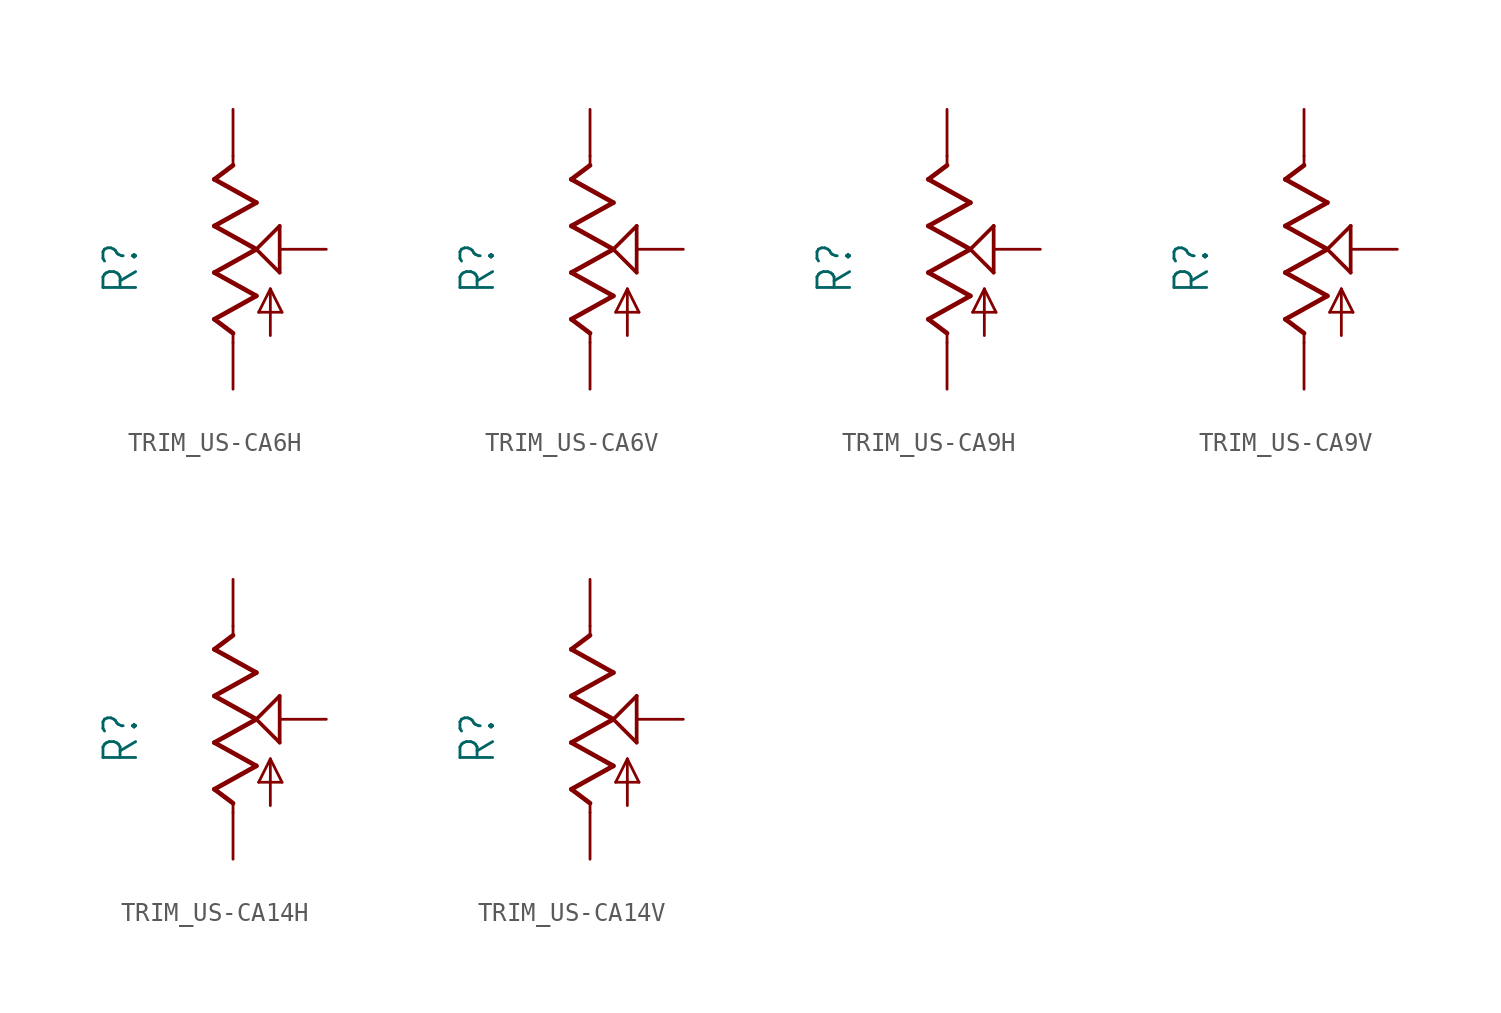
<source format=kicad_sym>
(kicad_symbol_lib
  (version 20231120)
  (generator "kicad_symbol_editor")
  (generator_version "8.0")
  (symbol "TRIM_US-CA6H"
    (property "Reference" "R"
      (at -5.08 -2.54 90)
      (effects (font (size 1.778 1.511)) (justify left bottom)))
    (property "Value" ""
      (at -2.54 -2.54 90)
      (effects (font (size 1.778 1.511)) (justify left bottom)))
    (property "ki_locked" ""
      (at 0 0 0)
      (effects (font (size 1.27 1.27))))
    (symbol "TRIM_US-CA6H_1_0"
      (polyline (pts (xy -1.016 -3.81) (xy 1.27 -2.54)) (stroke (width 0.254) (type solid)) (fill (type none)))
      (polyline (pts (xy -1.016 -1.27) (xy 1.27 0)) (stroke (width 0.254) (type solid)) (fill (type none)))
      (polyline (pts (xy -1.016 1.27) (xy 1.27 2.54)) (stroke (width 0.254) (type solid)) (fill (type none)))
      (polyline (pts (xy -1.016 3.81) (xy 0 4.572)) (stroke (width 0.254) (type solid)) (fill (type none)))
      (polyline (pts (xy 0 -5.08) (xy 0 -4.572)) (stroke (width 0.152) (type solid)) (fill (type none)))
      (polyline (pts (xy 0 -4.572) (xy -1.016 -3.81)) (stroke (width 0.254) (type solid)) (fill (type none)))
      (polyline (pts (xy 0 4.572) (xy 0 5.08)) (stroke (width 0.152) (type solid)) (fill (type none)))
      (polyline (pts (xy 1.27 -2.54) (xy -1.016 -1.27)) (stroke (width 0.254) (type solid)) (fill (type none)))
      (polyline (pts (xy 1.27 0) (xy -1.016 1.27)) (stroke (width 0.254) (type solid)) (fill (type none)))
      (polyline (pts (xy 1.27 0) (xy 2.54 1.27)) (stroke (width 0.203) (type solid)) (fill (type none)))
      (polyline (pts (xy 1.27 2.54) (xy -1.016 3.81)) (stroke (width 0.254) (type solid)) (fill (type none)))
      (polyline (pts (xy 1.397 -3.429) (xy 2.032 -2.159)) (stroke (width 0.152) (type solid)) (fill (type none)))
      (polyline (pts (xy 2.032 -4.699) (xy 2.032 -2.159)) (stroke (width 0.152) (type solid)) (fill (type none)))
      (polyline (pts (xy 2.032 -2.159) (xy 2.667 -3.429)) (stroke (width 0.152) (type solid)) (fill (type none)))
      (polyline (pts (xy 2.54 -1.27) (xy 1.27 0)) (stroke (width 0.203) (type solid)) (fill (type none)))
      (polyline (pts (xy 2.54 1.27) (xy 2.54 -1.27)) (stroke (width 0.203) (type solid)) (fill (type none)))
      (polyline (pts (xy 2.667 -3.429) (xy 1.397 -3.429)) (stroke (width 0.152) (type solid)) (fill (type none)))
      (pin passive line (at 0 -7.62 90) (length 2.54) (name "A" (effects (font (size 0 0)))) (number "A" (effects (font (size 0 0)))))
      (pin passive line (at 0 7.62 270) (length 2.54) (name "E" (effects (font (size 0 0)))) (number "E" (effects (font (size 0 0)))))
      (pin passive line (at 5.08 0 180) (length 2.54) (name "S" (effects (font (size 0 0)))) (number "S" (effects (font (size 0 0)))))))
  (symbol "TRIM_US-CA6V"
    (property "Reference" "R"
      (at -5.08 -2.54 90)
      (effects (font (size 1.778 1.511)) (justify left bottom)))
    (property "Value" ""
      (at -2.54 -2.54 90)
      (effects (font (size 1.778 1.511)) (justify left bottom)))
    (property "ki_locked" ""
      (at 0 0 0)
      (effects (font (size 1.27 1.27))))
    (symbol "TRIM_US-CA6V_1_0"
      (polyline (pts (xy -1.016 -3.81) (xy 1.27 -2.54)) (stroke (width 0.254) (type solid)) (fill (type none)))
      (polyline (pts (xy -1.016 -1.27) (xy 1.27 0)) (stroke (width 0.254) (type solid)) (fill (type none)))
      (polyline (pts (xy -1.016 1.27) (xy 1.27 2.54)) (stroke (width 0.254) (type solid)) (fill (type none)))
      (polyline (pts (xy -1.016 3.81) (xy 0 4.572)) (stroke (width 0.254) (type solid)) (fill (type none)))
      (polyline (pts (xy 0 -5.08) (xy 0 -4.572)) (stroke (width 0.152) (type solid)) (fill (type none)))
      (polyline (pts (xy 0 -4.572) (xy -1.016 -3.81)) (stroke (width 0.254) (type solid)) (fill (type none)))
      (polyline (pts (xy 0 4.572) (xy 0 5.08)) (stroke (width 0.152) (type solid)) (fill (type none)))
      (polyline (pts (xy 1.27 -2.54) (xy -1.016 -1.27)) (stroke (width 0.254) (type solid)) (fill (type none)))
      (polyline (pts (xy 1.27 0) (xy -1.016 1.27)) (stroke (width 0.254) (type solid)) (fill (type none)))
      (polyline (pts (xy 1.27 0) (xy 2.54 1.27)) (stroke (width 0.203) (type solid)) (fill (type none)))
      (polyline (pts (xy 1.27 2.54) (xy -1.016 3.81)) (stroke (width 0.254) (type solid)) (fill (type none)))
      (polyline (pts (xy 1.397 -3.429) (xy 2.032 -2.159)) (stroke (width 0.152) (type solid)) (fill (type none)))
      (polyline (pts (xy 2.032 -4.699) (xy 2.032 -2.159)) (stroke (width 0.152) (type solid)) (fill (type none)))
      (polyline (pts (xy 2.032 -2.159) (xy 2.667 -3.429)) (stroke (width 0.152) (type solid)) (fill (type none)))
      (polyline (pts (xy 2.54 -1.27) (xy 1.27 0)) (stroke (width 0.203) (type solid)) (fill (type none)))
      (polyline (pts (xy 2.54 1.27) (xy 2.54 -1.27)) (stroke (width 0.203) (type solid)) (fill (type none)))
      (polyline (pts (xy 2.667 -3.429) (xy 1.397 -3.429)) (stroke (width 0.152) (type solid)) (fill (type none)))
      (pin passive line (at 0 -7.62 90) (length 2.54) (name "A" (effects (font (size 0 0)))) (number "A" (effects (font (size 0 0)))))
      (pin passive line (at 0 7.62 270) (length 2.54) (name "E" (effects (font (size 0 0)))) (number "E" (effects (font (size 0 0)))))
      (pin passive line (at 5.08 0 180) (length 2.54) (name "S" (effects (font (size 0 0)))) (number "S" (effects (font (size 0 0)))))))
  (symbol "TRIM_US-CA9H"
    (property "Reference" "R"
      (at -5.08 -2.54 90)
      (effects (font (size 1.778 1.511)) (justify left bottom)))
    (property "Value" ""
      (at -2.54 -2.54 90)
      (effects (font (size 1.778 1.511)) (justify left bottom)))
    (property "ki_locked" ""
      (at 0 0 0)
      (effects (font (size 1.27 1.27))))
    (symbol "TRIM_US-CA9H_1_0"
      (polyline (pts (xy -1.016 -3.81) (xy 1.27 -2.54)) (stroke (width 0.254) (type solid)) (fill (type none)))
      (polyline (pts (xy -1.016 -1.27) (xy 1.27 0)) (stroke (width 0.254) (type solid)) (fill (type none)))
      (polyline (pts (xy -1.016 1.27) (xy 1.27 2.54)) (stroke (width 0.254) (type solid)) (fill (type none)))
      (polyline (pts (xy -1.016 3.81) (xy 0 4.572)) (stroke (width 0.254) (type solid)) (fill (type none)))
      (polyline (pts (xy 0 -5.08) (xy 0 -4.572)) (stroke (width 0.152) (type solid)) (fill (type none)))
      (polyline (pts (xy 0 -4.572) (xy -1.016 -3.81)) (stroke (width 0.254) (type solid)) (fill (type none)))
      (polyline (pts (xy 0 4.572) (xy 0 5.08)) (stroke (width 0.152) (type solid)) (fill (type none)))
      (polyline (pts (xy 1.27 -2.54) (xy -1.016 -1.27)) (stroke (width 0.254) (type solid)) (fill (type none)))
      (polyline (pts (xy 1.27 0) (xy -1.016 1.27)) (stroke (width 0.254) (type solid)) (fill (type none)))
      (polyline (pts (xy 1.27 0) (xy 2.54 1.27)) (stroke (width 0.203) (type solid)) (fill (type none)))
      (polyline (pts (xy 1.27 2.54) (xy -1.016 3.81)) (stroke (width 0.254) (type solid)) (fill (type none)))
      (polyline (pts (xy 1.397 -3.429) (xy 2.032 -2.159)) (stroke (width 0.152) (type solid)) (fill (type none)))
      (polyline (pts (xy 2.032 -4.699) (xy 2.032 -2.159)) (stroke (width 0.152) (type solid)) (fill (type none)))
      (polyline (pts (xy 2.032 -2.159) (xy 2.667 -3.429)) (stroke (width 0.152) (type solid)) (fill (type none)))
      (polyline (pts (xy 2.54 -1.27) (xy 1.27 0)) (stroke (width 0.203) (type solid)) (fill (type none)))
      (polyline (pts (xy 2.54 1.27) (xy 2.54 -1.27)) (stroke (width 0.203) (type solid)) (fill (type none)))
      (polyline (pts (xy 2.667 -3.429) (xy 1.397 -3.429)) (stroke (width 0.152) (type solid)) (fill (type none)))
      (pin passive line (at 0 -7.62 90) (length 2.54) (name "A" (effects (font (size 0 0)))) (number "A" (effects (font (size 0 0)))))
      (pin passive line (at 0 7.62 270) (length 2.54) (name "E" (effects (font (size 0 0)))) (number "E" (effects (font (size 0 0)))))
      (pin passive line (at 5.08 0 180) (length 2.54) (name "S" (effects (font (size 0 0)))) (number "S" (effects (font (size 0 0)))))))
  (symbol "TRIM_US-CA9V"
    (property "Reference" "R"
      (at -5.08 -2.54 90)
      (effects (font (size 1.778 1.511)) (justify left bottom)))
    (property "Value" ""
      (at -2.54 -2.54 90)
      (effects (font (size 1.778 1.511)) (justify left bottom)))
    (property "ki_locked" ""
      (at 0 0 0)
      (effects (font (size 1.27 1.27))))
    (symbol "TRIM_US-CA9V_1_0"
      (polyline (pts (xy -1.016 -3.81) (xy 1.27 -2.54)) (stroke (width 0.254) (type solid)) (fill (type none)))
      (polyline (pts (xy -1.016 -1.27) (xy 1.27 0)) (stroke (width 0.254) (type solid)) (fill (type none)))
      (polyline (pts (xy -1.016 1.27) (xy 1.27 2.54)) (stroke (width 0.254) (type solid)) (fill (type none)))
      (polyline (pts (xy -1.016 3.81) (xy 0 4.572)) (stroke (width 0.254) (type solid)) (fill (type none)))
      (polyline (pts (xy 0 -5.08) (xy 0 -4.572)) (stroke (width 0.152) (type solid)) (fill (type none)))
      (polyline (pts (xy 0 -4.572) (xy -1.016 -3.81)) (stroke (width 0.254) (type solid)) (fill (type none)))
      (polyline (pts (xy 0 4.572) (xy 0 5.08)) (stroke (width 0.152) (type solid)) (fill (type none)))
      (polyline (pts (xy 1.27 -2.54) (xy -1.016 -1.27)) (stroke (width 0.254) (type solid)) (fill (type none)))
      (polyline (pts (xy 1.27 0) (xy -1.016 1.27)) (stroke (width 0.254) (type solid)) (fill (type none)))
      (polyline (pts (xy 1.27 0) (xy 2.54 1.27)) (stroke (width 0.203) (type solid)) (fill (type none)))
      (polyline (pts (xy 1.27 2.54) (xy -1.016 3.81)) (stroke (width 0.254) (type solid)) (fill (type none)))
      (polyline (pts (xy 1.397 -3.429) (xy 2.032 -2.159)) (stroke (width 0.152) (type solid)) (fill (type none)))
      (polyline (pts (xy 2.032 -4.699) (xy 2.032 -2.159)) (stroke (width 0.152) (type solid)) (fill (type none)))
      (polyline (pts (xy 2.032 -2.159) (xy 2.667 -3.429)) (stroke (width 0.152) (type solid)) (fill (type none)))
      (polyline (pts (xy 2.54 -1.27) (xy 1.27 0)) (stroke (width 0.203) (type solid)) (fill (type none)))
      (polyline (pts (xy 2.54 1.27) (xy 2.54 -1.27)) (stroke (width 0.203) (type solid)) (fill (type none)))
      (polyline (pts (xy 2.667 -3.429) (xy 1.397 -3.429)) (stroke (width 0.152) (type solid)) (fill (type none)))
      (pin passive line (at 0 -7.62 90) (length 2.54) (name "A" (effects (font (size 0 0)))) (number "A" (effects (font (size 0 0)))))
      (pin passive line (at 0 7.62 270) (length 2.54) (name "E" (effects (font (size 0 0)))) (number "E" (effects (font (size 0 0)))))
      (pin passive line (at 5.08 0 180) (length 2.54) (name "S" (effects (font (size 0 0)))) (number "S" (effects (font (size 0 0)))))))
  (symbol "TRIM_US-CA14H"
    (property "Reference" "R"
      (at -5.08 -2.54 90)
      (effects (font (size 1.778 1.511)) (justify left bottom)))
    (property "Value" ""
      (at -2.54 -2.54 90)
      (effects (font (size 1.778 1.511)) (justify left bottom)))
    (property "ki_locked" ""
      (at 0 0 0)
      (effects (font (size 1.27 1.27))))
    (symbol "TRIM_US-CA14H_1_0"
      (polyline (pts (xy -1.016 -3.81) (xy 1.27 -2.54)) (stroke (width 0.254) (type solid)) (fill (type none)))
      (polyline (pts (xy -1.016 -1.27) (xy 1.27 0)) (stroke (width 0.254) (type solid)) (fill (type none)))
      (polyline (pts (xy -1.016 1.27) (xy 1.27 2.54)) (stroke (width 0.254) (type solid)) (fill (type none)))
      (polyline (pts (xy -1.016 3.81) (xy 0 4.572)) (stroke (width 0.254) (type solid)) (fill (type none)))
      (polyline (pts (xy 0 -5.08) (xy 0 -4.572)) (stroke (width 0.152) (type solid)) (fill (type none)))
      (polyline (pts (xy 0 -4.572) (xy -1.016 -3.81)) (stroke (width 0.254) (type solid)) (fill (type none)))
      (polyline (pts (xy 0 4.572) (xy 0 5.08)) (stroke (width 0.152) (type solid)) (fill (type none)))
      (polyline (pts (xy 1.27 -2.54) (xy -1.016 -1.27)) (stroke (width 0.254) (type solid)) (fill (type none)))
      (polyline (pts (xy 1.27 0) (xy -1.016 1.27)) (stroke (width 0.254) (type solid)) (fill (type none)))
      (polyline (pts (xy 1.27 0) (xy 2.54 1.27)) (stroke (width 0.203) (type solid)) (fill (type none)))
      (polyline (pts (xy 1.27 2.54) (xy -1.016 3.81)) (stroke (width 0.254) (type solid)) (fill (type none)))
      (polyline (pts (xy 1.397 -3.429) (xy 2.032 -2.159)) (stroke (width 0.152) (type solid)) (fill (type none)))
      (polyline (pts (xy 2.032 -4.699) (xy 2.032 -2.159)) (stroke (width 0.152) (type solid)) (fill (type none)))
      (polyline (pts (xy 2.032 -2.159) (xy 2.667 -3.429)) (stroke (width 0.152) (type solid)) (fill (type none)))
      (polyline (pts (xy 2.54 -1.27) (xy 1.27 0)) (stroke (width 0.203) (type solid)) (fill (type none)))
      (polyline (pts (xy 2.54 1.27) (xy 2.54 -1.27)) (stroke (width 0.203) (type solid)) (fill (type none)))
      (polyline (pts (xy 2.667 -3.429) (xy 1.397 -3.429)) (stroke (width 0.152) (type solid)) (fill (type none)))
      (pin passive line (at 0 -7.62 90) (length 2.54) (name "A" (effects (font (size 0 0)))) (number "A" (effects (font (size 0 0)))))
      (pin passive line (at 0 7.62 270) (length 2.54) (name "E" (effects (font (size 0 0)))) (number "E" (effects (font (size 0 0)))))
      (pin passive line (at 5.08 0 180) (length 2.54) (name "S" (effects (font (size 0 0)))) (number "S" (effects (font (size 0 0)))))))
  (symbol "TRIM_US-CA14V"
    (property "Reference" "R"
      (at -5.08 -2.54 90)
      (effects (font (size 1.778 1.511)) (justify left bottom)))
    (property "Value" ""
      (at -2.54 -2.54 90)
      (effects (font (size 1.778 1.511)) (justify left bottom)))
    (property "ki_locked" ""
      (at 0 0 0)
      (effects (font (size 1.27 1.27))))
    (symbol "TRIM_US-CA14V_1_0"
      (polyline (pts (xy -1.016 -3.81) (xy 1.27 -2.54)) (stroke (width 0.254) (type solid)) (fill (type none)))
      (polyline (pts (xy -1.016 -1.27) (xy 1.27 0)) (stroke (width 0.254) (type solid)) (fill (type none)))
      (polyline (pts (xy -1.016 1.27) (xy 1.27 2.54)) (stroke (width 0.254) (type solid)) (fill (type none)))
      (polyline (pts (xy -1.016 3.81) (xy 0 4.572)) (stroke (width 0.254) (type solid)) (fill (type none)))
      (polyline (pts (xy 0 -5.08) (xy 0 -4.572)) (stroke (width 0.152) (type solid)) (fill (type none)))
      (polyline (pts (xy 0 -4.572) (xy -1.016 -3.81)) (stroke (width 0.254) (type solid)) (fill (type none)))
      (polyline (pts (xy 0 4.572) (xy 0 5.08)) (stroke (width 0.152) (type solid)) (fill (type none)))
      (polyline (pts (xy 1.27 -2.54) (xy -1.016 -1.27)) (stroke (width 0.254) (type solid)) (fill (type none)))
      (polyline (pts (xy 1.27 0) (xy -1.016 1.27)) (stroke (width 0.254) (type solid)) (fill (type none)))
      (polyline (pts (xy 1.27 0) (xy 2.54 1.27)) (stroke (width 0.203) (type solid)) (fill (type none)))
      (polyline (pts (xy 1.27 2.54) (xy -1.016 3.81)) (stroke (width 0.254) (type solid)) (fill (type none)))
      (polyline (pts (xy 1.397 -3.429) (xy 2.032 -2.159)) (stroke (width 0.152) (type solid)) (fill (type none)))
      (polyline (pts (xy 2.032 -4.699) (xy 2.032 -2.159)) (stroke (width 0.152) (type solid)) (fill (type none)))
      (polyline (pts (xy 2.032 -2.159) (xy 2.667 -3.429)) (stroke (width 0.152) (type solid)) (fill (type none)))
      (polyline (pts (xy 2.54 -1.27) (xy 1.27 0)) (stroke (width 0.203) (type solid)) (fill (type none)))
      (polyline (pts (xy 2.54 1.27) (xy 2.54 -1.27)) (stroke (width 0.203) (type solid)) (fill (type none)))
      (polyline (pts (xy 2.667 -3.429) (xy 1.397 -3.429)) (stroke (width 0.152) (type solid)) (fill (type none)))
      (pin passive line (at 0 -7.62 90) (length 2.54) (name "A" (effects (font (size 0 0)))) (number "A" (effects (font (size 0 0)))))
      (pin passive line (at 0 7.62 270) (length 2.54) (name "E" (effects (font (size 0 0)))) (number "E" (effects (font (size 0 0)))))
      (pin passive line (at 5.08 0 180) (length 2.54) (name "S" (effects (font (size 0 0)))) (number "S" (effects (font (size 0 0))))))))
</source>
